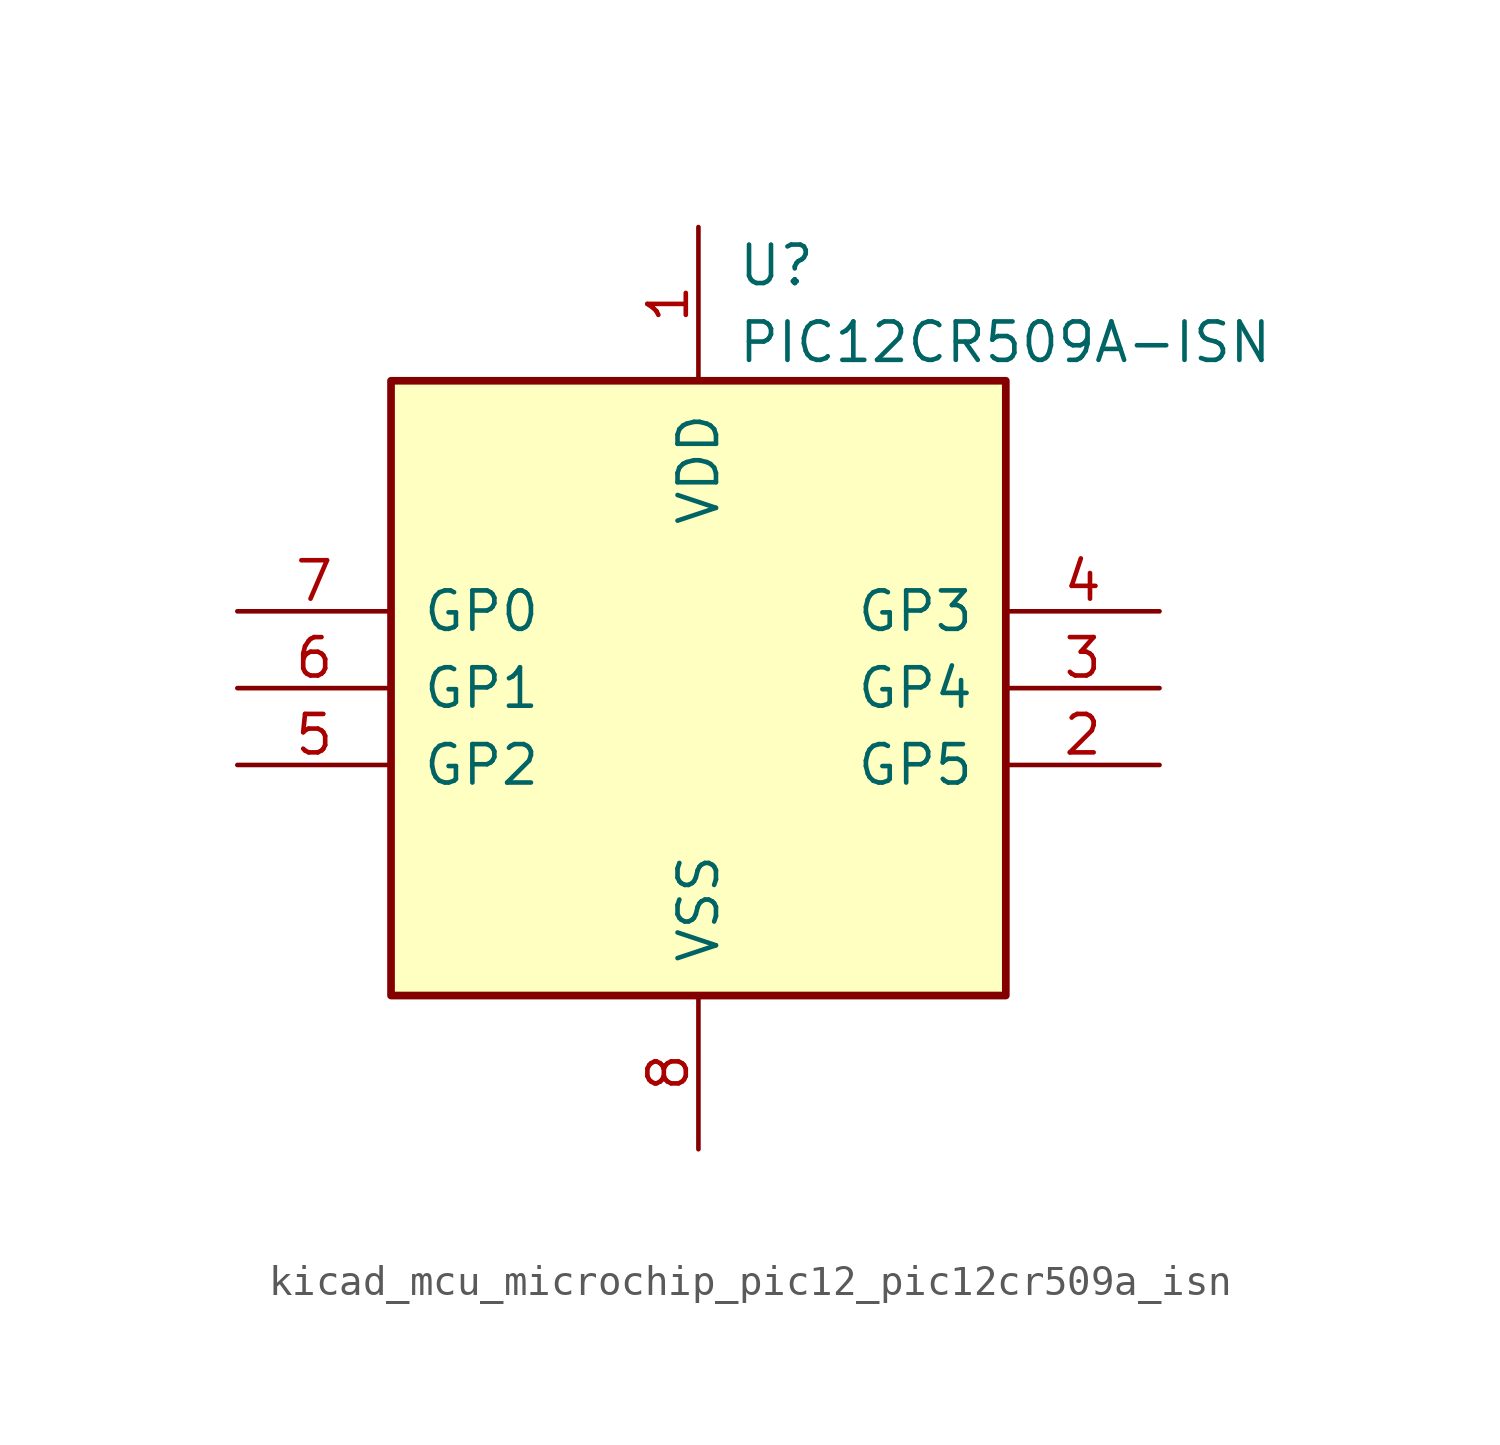
<source format=kicad_sym>
(kicad_symbol_lib
  (version 20220914)
  (generator kicad_symbol_editor)
  (symbol "kicad_mcu_microchip_pic12_pic12cr509a_isn"
    (pin_names
      (offset 1.016))
    (property "Reference" "U"
      (at 1.27 13.97 0)
      (effects (font (size 1.27 1.27)) (justify left)))
    (property "Value" "PIC12CR509A-ISN"
      (at 1.27 11.43 0)
      (effects (font (size 1.27 1.27)) (justify left)))
    (symbol "kicad_mcu_microchip_pic12_pic12cr509a_isn_0_1"
      (rectangle (start 10.16 -10.16) (end -10.16 10.16) (stroke (width 0.254) (type default)) (fill (type background))))
    (symbol "kicad_mcu_microchip_pic12_pic12cr509a_isn_1_1"
      (pin power_in line (at 0 15.24 270) (length 5.08) (name "VDD" (effects (font (size 1.27 1.27)))) (number "1" (effects (font (size 1.27 1.27)))))
      (pin bidirectional line (at 15.24 -2.54 180) (length 5.08) (name "GP5" (effects (font (size 1.27 1.27)))) (number "2" (effects (font (size 1.27 1.27)))))
      (pin bidirectional line (at 15.24 0 180) (length 5.08) (name "GP4" (effects (font (size 1.27 1.27)))) (number "3" (effects (font (size 1.27 1.27)))))
      (pin input line (at 15.24 2.54 180) (length 5.08) (name "GP3" (effects (font (size 1.27 1.27)))) (number "4" (effects (font (size 1.27 1.27)))))
      (pin bidirectional line (at -15.24 -2.54 0) (length 5.08) (name "GP2" (effects (font (size 1.27 1.27)))) (number "5" (effects (font (size 1.27 1.27)))))
      (pin bidirectional line (at -15.24 0 0) (length 5.08) (name "GP1" (effects (font (size 1.27 1.27)))) (number "6" (effects (font (size 1.27 1.27)))))
      (pin bidirectional line (at -15.24 2.54 0) (length 5.08) (name "GP0" (effects (font (size 1.27 1.27)))) (number "7" (effects (font (size 1.27 1.27)))))
      (pin power_in line (at 0 -15.24 90) (length 5.08) (name "VSS" (effects (font (size 1.27 1.27)))) (number "8" (effects (font (size 1.27 1.27))))))))
</source>
